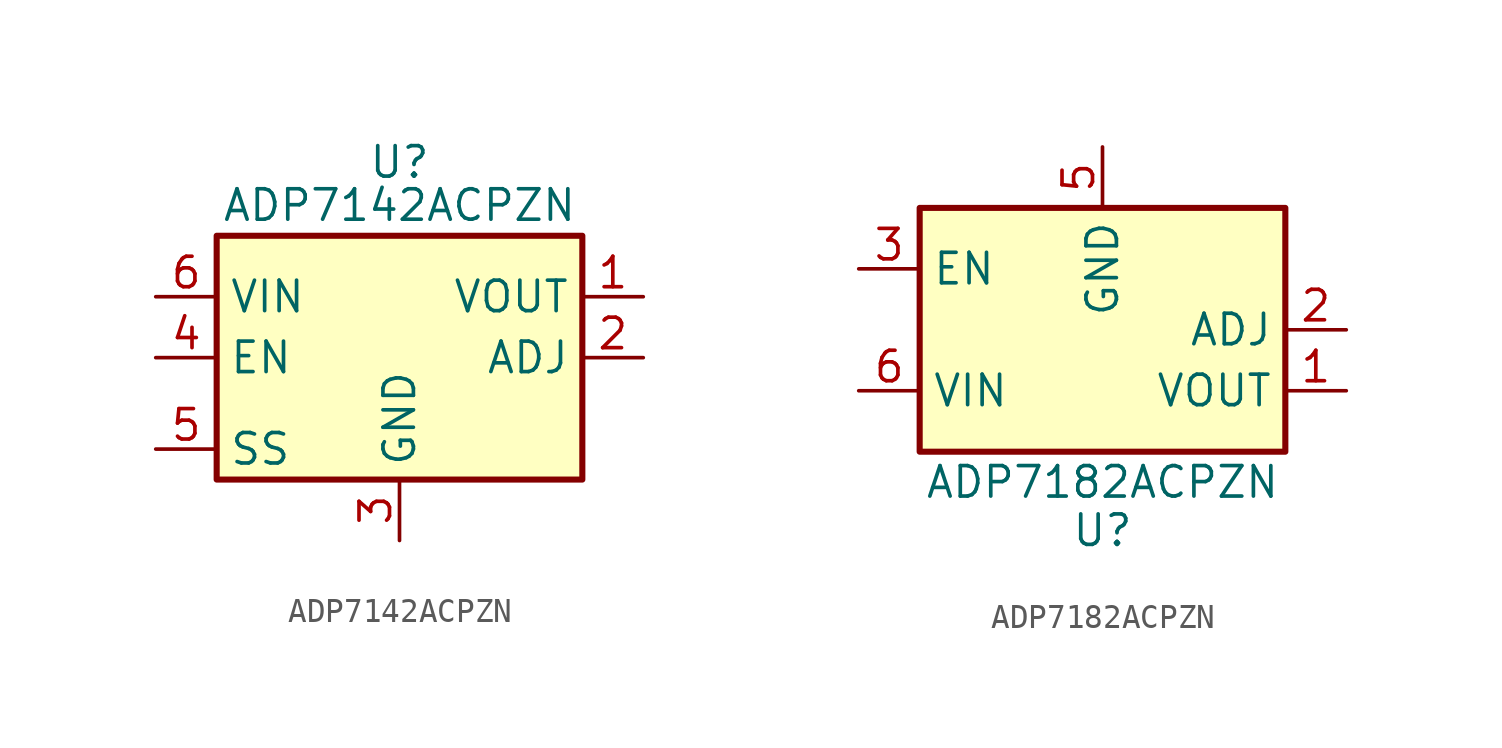
<source format=kicad_sym>
(kicad_symbol_lib
  (version 20241209)
  (generator "kicad_symbol_editor")
  (generator_version "9.0")
  (symbol "ADP7142ACPZN"
    (property "Reference" "U"
      (at 0 8.89 0)
      (effects (font (size 1.27 1.27)) (justify top)))
    (property "Value" "ADP7142ACPZN"
      (at 0 6.35 0)
      (effects (font (size 1.27 1.27))))
    (symbol "ADP7142ACPZN_0_1"
      (rectangle (start -7.62 5.08) (end 7.62 -5.08) (stroke (width 0.254) (type default)) (fill (type background))))
    (symbol "ADP7142ACPZN_1_1"
      (pin power_in line (at -10.16 2.54 0) (length 2.54) (name "VIN" (effects (font (size 1.27 1.27)))) (number "6" (effects (font (size 1.27 1.27)))))
      (pin input line (at -10.16 0 0) (length 2.54) (name "EN" (effects (font (size 1.27 1.27)))) (number "4" (effects (font (size 1.27 1.27)))))
      (pin input line (at -10.16 -3.81 0) (length 2.54) (name "SS" (effects (font (size 1.27 1.27)))) (number "5" (effects (font (size 1.27 1.27)))))
      (pin power_in line (at 0 -7.62 90) (length 2.54) (name "GND" (effects (font (size 1.27 1.27)))) (number "3" (effects (font (size 1.27 1.27)))))
      (pin power_in line (at 0 -7.62 90) (length 2.54) (hide yes) (name "EPAD" (effects (font (size 1.27 1.27)))) (number "7" (effects (font (size 1.27 1.27)))))
      (pin power_out line (at 10.16 2.54 180) (length 2.54) (name "VOUT" (effects (font (size 1.27 1.27)))) (number "1" (effects (font (size 1.27 1.27)))))
      (pin input line (at 10.16 0 180) (length 2.54) (name "ADJ" (effects (font (size 1.27 1.27)))) (number "2" (effects (font (size 1.27 1.27)))))))
  (symbol "ADP7182ACPZN"
    (property "Reference" "U"
      (at 0 -7.62 0)
      (effects (font (size 1.27 1.27)) (justify top)))
    (property "Value" "ADP7182ACPZN"
      (at 0 -6.35 0)
      (effects (font (size 1.27 1.27))))
    (symbol "ADP7182ACPZN_0_1"
      (rectangle (start -7.62 5.08) (end 7.62 -5.08) (stroke (width 0.254) (type default)) (fill (type background))))
    (symbol "ADP7182ACPZN_1_1"
      (pin input line (at -10.16 2.54 0) (length 2.54) (name "EN" (effects (font (size 1.27 1.27)))) (number "3" (effects (font (size 1.27 1.27)))))
      (pin power_in line (at -10.16 -2.54 0) (length 2.54) (name "VIN" (effects (font (size 1.27 1.27)))) (number "6" (effects (font (size 1.27 1.27)))))
      (pin power_in line (at -10.16 -2.54 0) (length 2.54) (hide yes) (name "EPAD" (effects (font (size 1.27 1.27)))) (number "7" (effects (font (size 1.27 1.27)))))
      (pin power_in line (at 0 7.62 270) (length 2.54) (name "GND" (effects (font (size 1.27 1.27)))) (number "5" (effects (font (size 1.27 1.27)))))
      (pin no_connect non_logic (at 7.62 2.54 180) (length 0) (hide yes) (name "NC" (effects (font (size 1.27 1.27)))) (number "4" (effects (font (size 1.27 1.27)))))
      (pin input line (at 10.16 0 180) (length 2.54) (name "ADJ" (effects (font (size 1.27 1.27)))) (number "2" (effects (font (size 1.27 1.27)))))
      (pin power_out line (at 10.16 -2.54 180) (length 2.54) (name "VOUT" (effects (font (size 1.27 1.27)))) (number "1" (effects (font (size 1.27 1.27))))))))
</source>
